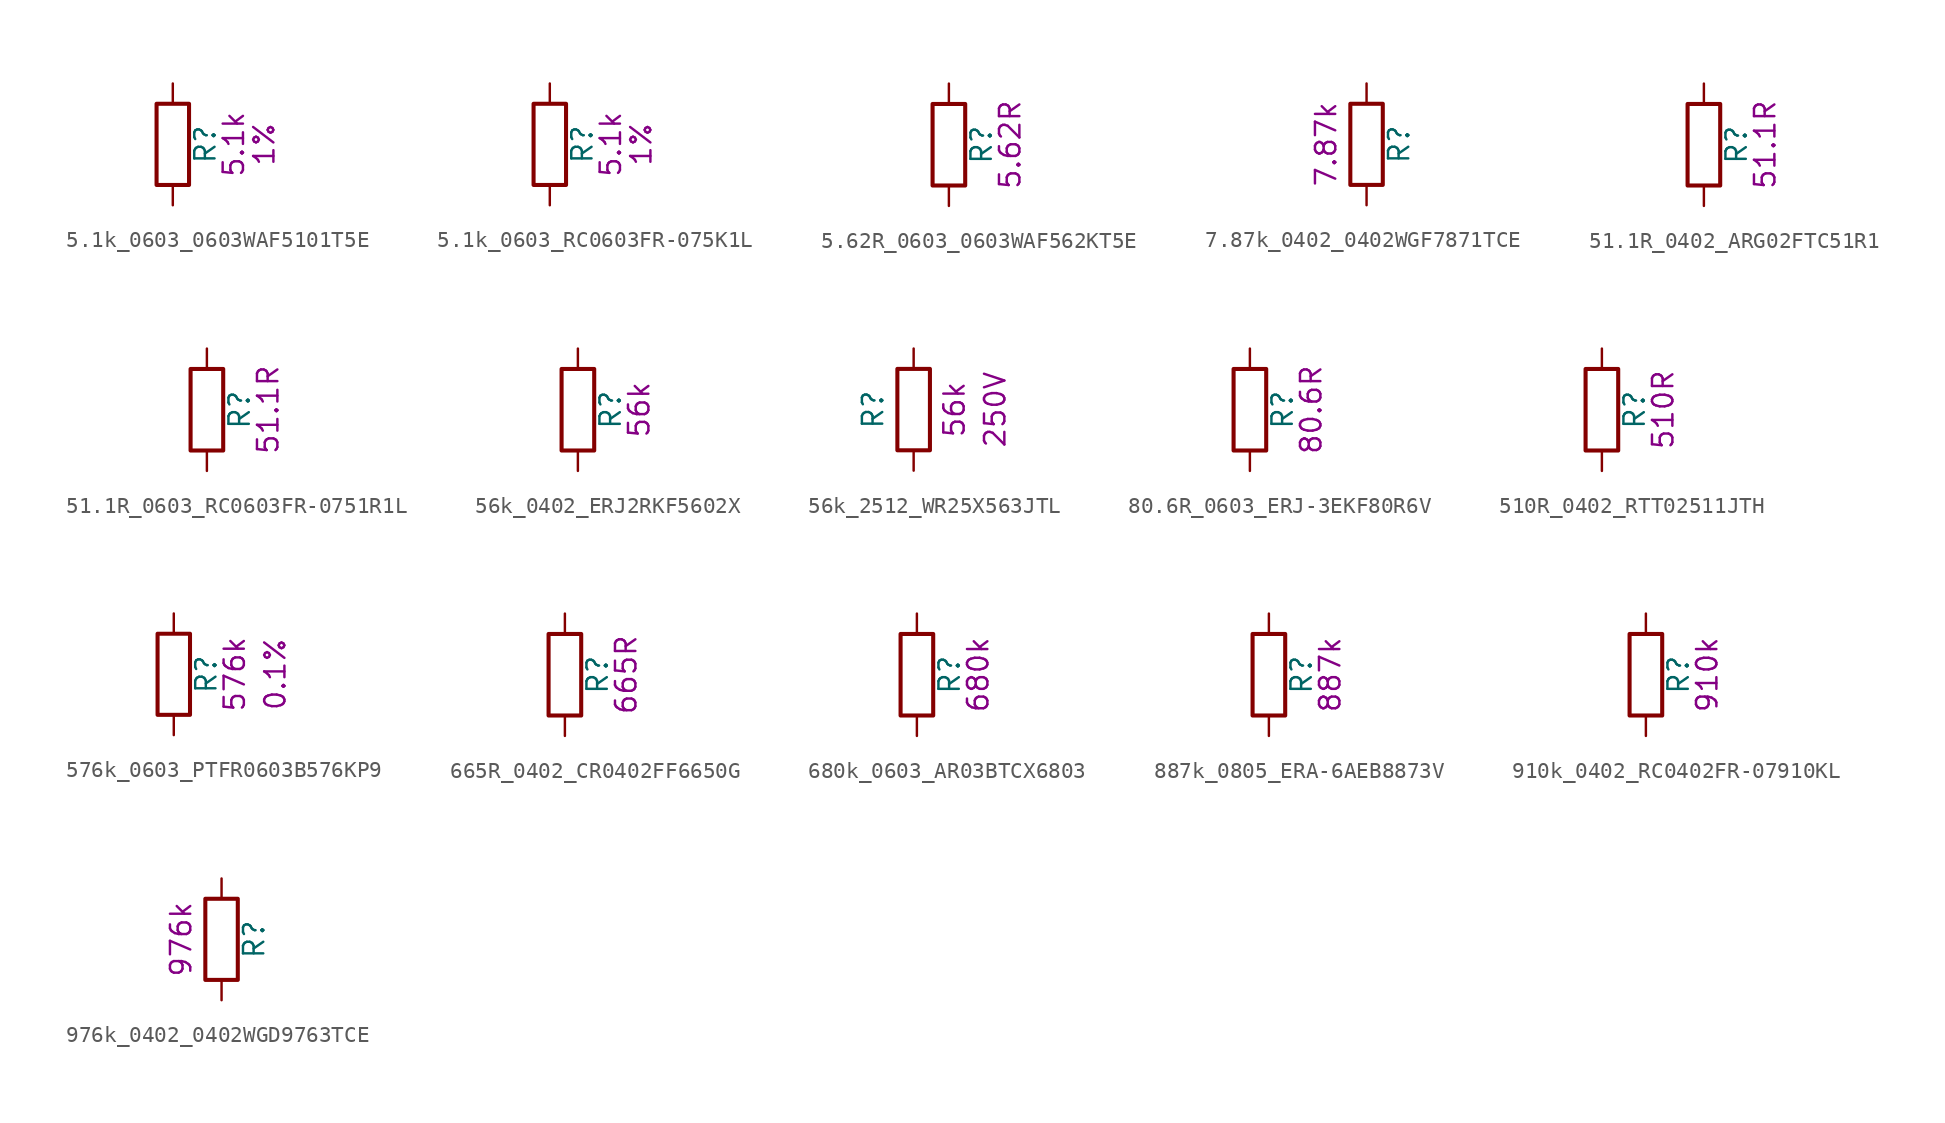
<source format=kicad_sym>
(kicad_symbol_lib
  (version 20231120)
  (generator "kicad_symbol_editor")
  (generator_version "8.0")
  (symbol "5.1k_0603_0603WAF5101T5E"
    (pin_numbers hide)
    (pin_names
      (offset 0))
    (property "Reference" "R"
      (at 2.032 0 90)
      (effects (font (size 1.27 1.27))))
    (property "UserValue" "5.1k"
      (at 3.81 0 90)
      (effects (font (size 1.27 1.27))))
    (property "Tolerance" "1%"
      (at 5.715 0 90)
      (effects (font (size 1.27 1.27))))
    (symbol "5.1k_0603_0603WAF5101T5E_0_1"
      (rectangle (start -1.016 -2.54) (end 1.016 2.54) (stroke (width 0.254) (type default)) (fill (type none))))
    (symbol "5.1k_0603_0603WAF5101T5E_1_1"
      (pin passive line (at 0 3.81 270) (length 1.27) (name "~" (effects (font (size 1.27 1.27)))) (number "1" (effects (font (size 1.27 1.27)))))
      (pin passive line (at 0 -3.81 90) (length 1.27) (name "~" (effects (font (size 1.27 1.27)))) (number "2" (effects (font (size 1.27 1.27)))))))
  (symbol "5.1k_0603_RC0603FR-075K1L"
    (pin_numbers hide)
    (pin_names
      (offset 0))
    (property "Reference" "R"
      (at 2.032 0 90)
      (effects (font (size 1.27 1.27))))
    (property "UserValue" "5.1k"
      (at 3.81 0 90)
      (effects (font (size 1.27 1.27))))
    (property "Tolerance" "1%"
      (at 5.715 0 90)
      (effects (font (size 1.27 1.27))))
    (symbol "5.1k_0603_RC0603FR-075K1L_0_1"
      (rectangle (start -1.016 -2.54) (end 1.016 2.54) (stroke (width 0.254) (type default)) (fill (type none))))
    (symbol "5.1k_0603_RC0603FR-075K1L_1_1"
      (pin passive line (at 0 3.81 270) (length 1.27) (name "~" (effects (font (size 1.27 1.27)))) (number "1" (effects (font (size 1.27 1.27)))))
      (pin passive line (at 0 -3.81 90) (length 1.27) (name "~" (effects (font (size 1.27 1.27)))) (number "2" (effects (font (size 1.27 1.27)))))))
  (symbol "5.62R_0603_0603WAF562KT5E"
    (pin_numbers hide)
    (pin_names
      (offset 0))
    (property "Reference" "R"
      (at 2.032 0 90)
      (effects (font (size 1.27 1.27))))
    (property "UserValue" "5.62R"
      (at 3.81 0 90)
      (effects (font (size 1.27 1.27))))
    (symbol "5.62R_0603_0603WAF562KT5E_0_1"
      (rectangle (start -1.016 -2.54) (end 1.016 2.54) (stroke (width 0.254) (type default)) (fill (type none))))
    (symbol "5.62R_0603_0603WAF562KT5E_1_1"
      (pin passive line (at 0 3.81 270) (length 1.27) (name "~" (effects (font (size 1.27 1.27)))) (number "1" (effects (font (size 1.27 1.27)))))
      (pin passive line (at 0 -3.81 90) (length 1.27) (name "~" (effects (font (size 1.27 1.27)))) (number "2" (effects (font (size 1.27 1.27)))))))
  (symbol "7.87k_0402_0402WGF7871TCE"
    (pin_numbers hide)
    (pin_names
      (offset 0))
    (property "Reference" "R"
      (at 2.032 0 90)
      (effects (font (size 1.27 1.27))))
    (property "UserValue" "7.87k"
      (at -2.54 0 90)
      (effects (font (size 1.27 1.27))))
    (symbol "7.87k_0402_0402WGF7871TCE_0_1"
      (rectangle (start -1.016 -2.54) (end 1.016 2.54) (stroke (width 0.254) (type default)) (fill (type none))))
    (symbol "7.87k_0402_0402WGF7871TCE_1_1"
      (pin passive line (at 0 3.81 270) (length 1.27) (name "~" (effects (font (size 1.27 1.27)))) (number "1" (effects (font (size 1.27 1.27)))))
      (pin passive line (at 0 -3.81 90) (length 1.27) (name "~" (effects (font (size 1.27 1.27)))) (number "2" (effects (font (size 1.27 1.27)))))))
  (symbol "51.1R_0402_ARG02FTC51R1"
    (pin_numbers hide)
    (pin_names
      (offset 0))
    (property "Reference" "R"
      (at 2.032 0 90)
      (effects (font (size 1.27 1.27))))
    (property "UserValue" "51.1R"
      (at 3.81 0 90)
      (effects (font (size 1.27 1.27))))
    (symbol "51.1R_0402_ARG02FTC51R1_0_1"
      (rectangle (start -1.016 -2.54) (end 1.016 2.54) (stroke (width 0.254) (type default)) (fill (type none))))
    (symbol "51.1R_0402_ARG02FTC51R1_1_1"
      (pin passive line (at 0 3.81 270) (length 1.27) (name "~" (effects (font (size 1.27 1.27)))) (number "1" (effects (font (size 1.27 1.27)))))
      (pin passive line (at 0 -3.81 90) (length 1.27) (name "~" (effects (font (size 1.27 1.27)))) (number "2" (effects (font (size 1.27 1.27)))))))
  (symbol "51.1R_0603_RC0603FR-0751R1L"
    (pin_numbers hide)
    (pin_names
      (offset 0))
    (property "Reference" "R"
      (at 2.032 0 90)
      (effects (font (size 1.27 1.27))))
    (property "UserValue" "51.1R"
      (at 3.81 0 90)
      (effects (font (size 1.27 1.27))))
    (symbol "51.1R_0603_RC0603FR-0751R1L_0_1"
      (rectangle (start -1.016 -2.54) (end 1.016 2.54) (stroke (width 0.254) (type default)) (fill (type none))))
    (symbol "51.1R_0603_RC0603FR-0751R1L_1_1"
      (pin passive line (at 0 3.81 270) (length 1.27) (name "~" (effects (font (size 1.27 1.27)))) (number "1" (effects (font (size 1.27 1.27)))))
      (pin passive line (at 0 -3.81 90) (length 1.27) (name "~" (effects (font (size 1.27 1.27)))) (number "2" (effects (font (size 1.27 1.27)))))))
  (symbol "56k_0402_ERJ2RKF5602X"
    (pin_numbers hide)
    (pin_names
      (offset 0))
    (property "Reference" "R"
      (at 2.032 0 90)
      (effects (font (size 1.27 1.27))))
    (property "UserValue" "56k"
      (at 3.81 0 90)
      (effects (font (size 1.27 1.27))))
    (symbol "56k_0402_ERJ2RKF5602X_0_1"
      (rectangle (start -1.016 -2.54) (end 1.016 2.54) (stroke (width 0.254) (type default)) (fill (type none))))
    (symbol "56k_0402_ERJ2RKF5602X_1_1"
      (pin passive line (at 0 3.81 270) (length 1.27) (name "~" (effects (font (size 1.27 1.27)))) (number "1" (effects (font (size 1.27 1.27)))))
      (pin passive line (at 0 -3.81 90) (length 1.27) (name "~" (effects (font (size 1.27 1.27)))) (number "2" (effects (font (size 1.27 1.27)))))))
  (symbol "56k_2512_WR25X563JTL"
    (pin_numbers hide)
    (pin_names
      (offset 0))
    (property "Reference" "R"
      (at -2.54 0 90)
      (effects (font (size 1.27 1.27))))
    (property "UserValue" "56k"
      (at 2.54 0 90)
      (effects (font (size 1.27 1.27))))
    (property "Vmax" "250V"
      (at 5.08 0 90)
      (effects (font (size 1.27 1.27))))
    (symbol "56k_2512_WR25X563JTL_0_1"
      (rectangle (start -1.016 -2.54) (end 1.016 2.54) (stroke (width 0.254) (type default)) (fill (type none))))
    (symbol "56k_2512_WR25X563JTL_1_1"
      (pin passive line (at 0 3.81 270) (length 1.27) (name "~" (effects (font (size 1.27 1.27)))) (number "1" (effects (font (size 1.27 1.27)))))
      (pin passive line (at 0 -3.81 90) (length 1.27) (name "~" (effects (font (size 1.27 1.27)))) (number "2" (effects (font (size 1.27 1.27)))))))
  (symbol "80.6R_0603_ERJ-3EKF80R6V"
    (pin_numbers hide)
    (pin_names
      (offset 0))
    (property "Reference" "R"
      (at 2.032 0 90)
      (effects (font (size 1.27 1.27))))
    (property "UserValue" "80.6R"
      (at 3.81 0 90)
      (effects (font (size 1.27 1.27))))
    (symbol "80.6R_0603_ERJ-3EKF80R6V_0_1"
      (rectangle (start -1.016 -2.54) (end 1.016 2.54) (stroke (width 0.254) (type default)) (fill (type none))))
    (symbol "80.6R_0603_ERJ-3EKF80R6V_1_1"
      (pin passive line (at 0 3.81 270) (length 1.27) (name "~" (effects (font (size 1.27 1.27)))) (number "1" (effects (font (size 1.27 1.27)))))
      (pin passive line (at 0 -3.81 90) (length 1.27) (name "~" (effects (font (size 1.27 1.27)))) (number "2" (effects (font (size 1.27 1.27)))))))
  (symbol "510R_0402_RTT02511JTH"
    (pin_numbers hide)
    (pin_names
      (offset 0))
    (property "Reference" "R"
      (at 2.032 0 90)
      (effects (font (size 1.27 1.27))))
    (property "UserValue" "510R"
      (at 3.81 0 90)
      (effects (font (size 1.27 1.27))))
    (symbol "510R_0402_RTT02511JTH_0_1"
      (rectangle (start -1.016 -2.54) (end 1.016 2.54) (stroke (width 0.254) (type default)) (fill (type none))))
    (symbol "510R_0402_RTT02511JTH_1_1"
      (pin passive line (at 0 3.81 270) (length 1.27) (name "~" (effects (font (size 1.27 1.27)))) (number "1" (effects (font (size 1.27 1.27)))))
      (pin passive line (at 0 -3.81 90) (length 1.27) (name "~" (effects (font (size 1.27 1.27)))) (number "2" (effects (font (size 1.27 1.27)))))))
  (symbol "576k_0603_PTFR0603B576KP9"
    (pin_numbers hide)
    (pin_names
      (offset 0))
    (property "Reference" "R"
      (at 2.032 0 90)
      (effects (font (size 1.27 1.27))))
    (property "UserValue" "576k"
      (at 3.81 0 90)
      (effects (font (size 1.27 1.27))))
    (property "Tolerance" "0.1%"
      (at 6.35 0 90)
      (effects (font (size 1.27 1.27))))
    (symbol "576k_0603_PTFR0603B576KP9_0_1"
      (rectangle (start -1.016 -2.54) (end 1.016 2.54) (stroke (width 0.254) (type default)) (fill (type none))))
    (symbol "576k_0603_PTFR0603B576KP9_1_1"
      (pin passive line (at 0 3.81 270) (length 1.27) (name "~" (effects (font (size 1.27 1.27)))) (number "1" (effects (font (size 1.27 1.27)))))
      (pin passive line (at 0 -3.81 90) (length 1.27) (name "~" (effects (font (size 1.27 1.27)))) (number "2" (effects (font (size 1.27 1.27)))))))
  (symbol "665R_0402_CR0402FF6650G"
    (pin_numbers hide)
    (pin_names
      (offset 0))
    (property "Reference" "R"
      (at 2.032 0 90)
      (effects (font (size 1.27 1.27))))
    (property "UserValue" "665R"
      (at 3.81 0 90)
      (effects (font (size 1.27 1.27))))
    (symbol "665R_0402_CR0402FF6650G_0_1"
      (rectangle (start -1.016 -2.54) (end 1.016 2.54) (stroke (width 0.254) (type default)) (fill (type none))))
    (symbol "665R_0402_CR0402FF6650G_1_1"
      (pin passive line (at 0 3.81 270) (length 1.27) (name "~" (effects (font (size 1.27 1.27)))) (number "1" (effects (font (size 1.27 1.27)))))
      (pin passive line (at 0 -3.81 90) (length 1.27) (name "~" (effects (font (size 1.27 1.27)))) (number "2" (effects (font (size 1.27 1.27)))))))
  (symbol "680k_0603_AR03BTCX6803"
    (pin_numbers hide)
    (pin_names
      (offset 0))
    (property "Reference" "R"
      (at 2.032 0 90)
      (effects (font (size 1.27 1.27))))
    (property "UserValue" "680k"
      (at 3.81 0 90)
      (effects (font (size 1.27 1.27))))
    (symbol "680k_0603_AR03BTCX6803_0_1"
      (rectangle (start -1.016 -2.54) (end 1.016 2.54) (stroke (width 0.254) (type default)) (fill (type none))))
    (symbol "680k_0603_AR03BTCX6803_1_1"
      (pin passive line (at 0 3.81 270) (length 1.27) (name "~" (effects (font (size 1.27 1.27)))) (number "1" (effects (font (size 1.27 1.27)))))
      (pin passive line (at 0 -3.81 90) (length 1.27) (name "~" (effects (font (size 1.27 1.27)))) (number "2" (effects (font (size 1.27 1.27)))))))
  (symbol "887k_0805_ERA-6AEB8873V"
    (pin_numbers hide)
    (pin_names
      (offset 0))
    (property "Reference" "R"
      (at 2.032 0 90)
      (effects (font (size 1.27 1.27))))
    (property "UserValue" "887k"
      (at 3.81 0 90)
      (effects (font (size 1.27 1.27))))
    (symbol "887k_0805_ERA-6AEB8873V_0_1"
      (rectangle (start -1.016 -2.54) (end 1.016 2.54) (stroke (width 0.254) (type default)) (fill (type none))))
    (symbol "887k_0805_ERA-6AEB8873V_1_1"
      (pin passive line (at 0 3.81 270) (length 1.27) (name "~" (effects (font (size 1.27 1.27)))) (number "1" (effects (font (size 1.27 1.27)))))
      (pin passive line (at 0 -3.81 90) (length 1.27) (name "~" (effects (font (size 1.27 1.27)))) (number "2" (effects (font (size 1.27 1.27)))))))
  (symbol "910k_0402_RC0402FR-07910KL"
    (pin_numbers hide)
    (pin_names
      (offset 0))
    (property "Reference" "R"
      (at 2.032 0 90)
      (effects (font (size 1.27 1.27))))
    (property "UserValue" "910k"
      (at 3.81 0 90)
      (effects (font (size 1.27 1.27))))
    (symbol "910k_0402_RC0402FR-07910KL_0_1"
      (rectangle (start -1.016 -2.54) (end 1.016 2.54) (stroke (width 0.254) (type default)) (fill (type none))))
    (symbol "910k_0402_RC0402FR-07910KL_1_1"
      (pin passive line (at 0 3.81 270) (length 1.27) (name "~" (effects (font (size 1.27 1.27)))) (number "1" (effects (font (size 1.27 1.27)))))
      (pin passive line (at 0 -3.81 90) (length 1.27) (name "~" (effects (font (size 1.27 1.27)))) (number "2" (effects (font (size 1.27 1.27)))))))
  (symbol "976k_0402_0402WGD9763TCE"
    (pin_numbers hide)
    (pin_names
      (offset 0))
    (property "Reference" "R"
      (at 2.032 0 90)
      (effects (font (size 1.27 1.27))))
    (property "UserValue" "976k"
      (at -2.54 0 90)
      (effects (font (size 1.27 1.27))))
    (symbol "976k_0402_0402WGD9763TCE_0_1"
      (rectangle (start -1.016 -2.54) (end 1.016 2.54) (stroke (width 0.254) (type default)) (fill (type none))))
    (symbol "976k_0402_0402WGD9763TCE_1_1"
      (pin passive line (at 0 3.81 270) (length 1.27) (name "~" (effects (font (size 1.27 1.27)))) (number "1" (effects (font (size 1.27 1.27)))))
      (pin passive line (at 0 -3.81 90) (length 1.27) (name "~" (effects (font (size 1.27 1.27)))) (number "2" (effects (font (size 1.27 1.27))))))))
</source>
